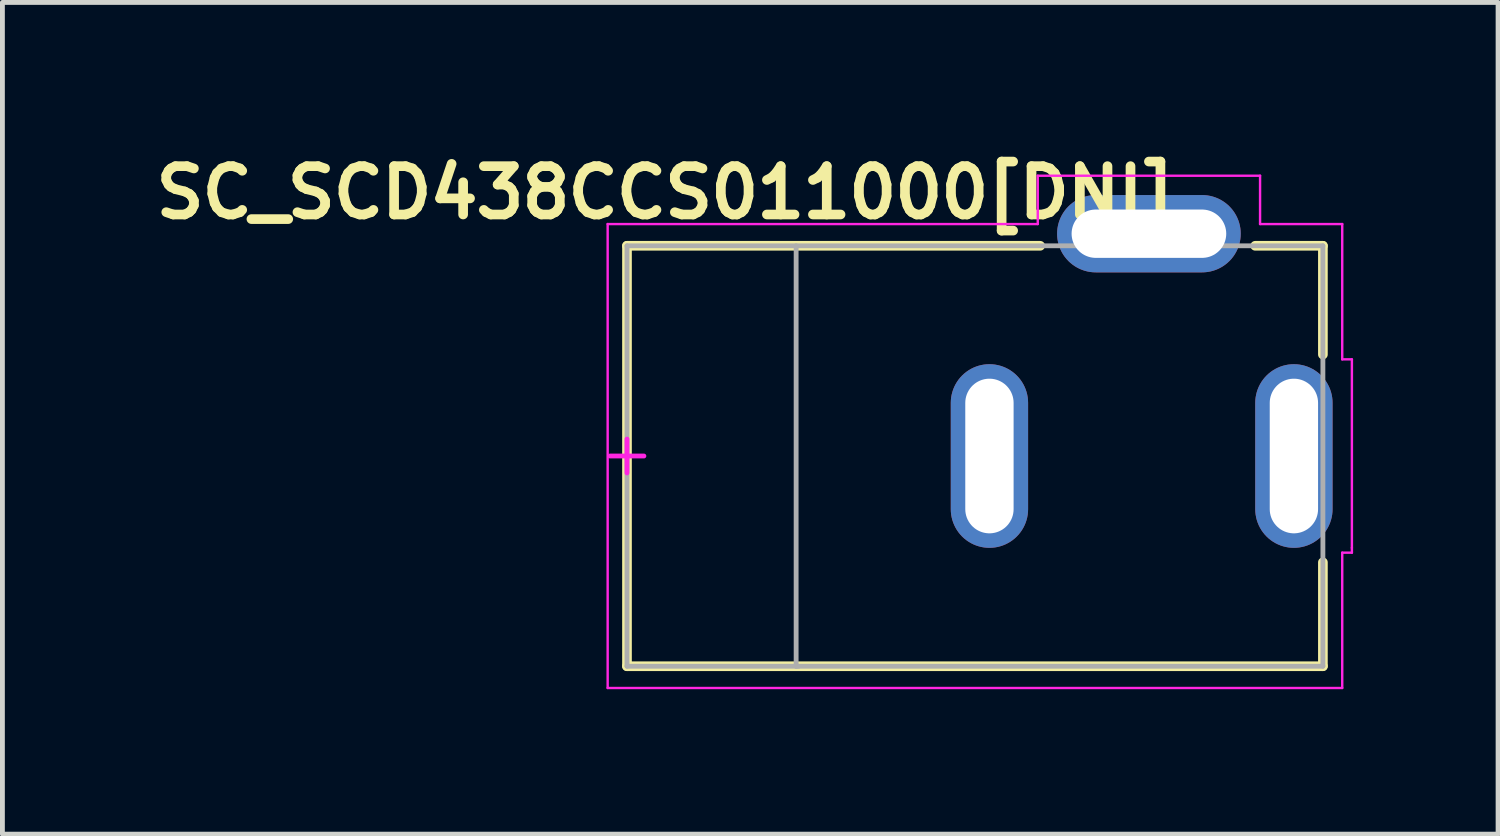
<source format=kicad_pcb>
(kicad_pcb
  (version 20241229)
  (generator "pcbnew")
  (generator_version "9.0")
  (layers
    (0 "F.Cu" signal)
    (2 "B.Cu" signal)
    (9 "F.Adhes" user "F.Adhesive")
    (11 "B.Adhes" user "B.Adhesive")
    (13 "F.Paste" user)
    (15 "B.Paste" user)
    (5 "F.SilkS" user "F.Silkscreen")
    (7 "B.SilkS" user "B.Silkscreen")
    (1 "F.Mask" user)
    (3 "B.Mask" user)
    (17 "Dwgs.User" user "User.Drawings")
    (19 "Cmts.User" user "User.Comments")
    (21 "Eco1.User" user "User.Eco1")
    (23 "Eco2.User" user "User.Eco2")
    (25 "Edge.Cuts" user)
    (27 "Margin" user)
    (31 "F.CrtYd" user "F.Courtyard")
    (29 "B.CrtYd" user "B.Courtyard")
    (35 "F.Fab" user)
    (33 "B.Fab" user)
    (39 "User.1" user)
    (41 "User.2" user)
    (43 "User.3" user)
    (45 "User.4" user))
  (footprint "SC_SCD438CCS011000[DNI]"
    (layer "F.Cu")
    (at 9.924 6.386)
    (property "Reference" "SC_SCD438CCS011000[DNI]" (at 0.8 -5.45 0) (layer "F.SilkS") (effects (font (size 1 1) (thickness 0.2))))
    (attr through_hole)
    (fp_line (start 0 -4.35) (end 8.55 -4.35) (stroke (width 0.2) (type solid)) (layer "F.SilkS"))
    (fp_line (start 0 4.35) (end 0 -4.35) (stroke (width 0.2) (type solid)) (layer "F.SilkS"))
    (fp_line (start 0 4.35) (end 14.4 4.35) (stroke (width 0.2) (type solid)) (layer "F.SilkS"))
    (fp_line (start 14.4 -4.35) (end 13 -4.35) (stroke (width 0.2) (type solid)) (layer "F.SilkS"))
    (fp_line (start 14.4 -4.35) (end 14.4 -2.1) (stroke (width 0.2) (type solid)) (layer "F.SilkS"))
    (fp_line (start 14.4 4.35) (end 14.4 2.2) (stroke (width 0.2) (type solid)) (layer "F.SilkS"))
    (fp_line (start -0.4 -4.8) (end 8.5 -4.8) (stroke (width 0.05) (type solid)) (layer "F.CrtYd"))
    (fp_line (start -0.4 4.8) (end -0.4 -4.8) (stroke (width 0.05) (type solid)) (layer "F.CrtYd"))
    (fp_line (start -0.35 0) (end 0.35 0) (stroke (width 0.1) (type solid)) (layer "F.CrtYd"))
    (fp_line (start 0 -0.35) (end 0 0.35) (stroke (width 0.1) (type solid)) (layer "F.CrtYd"))
    (fp_line (start 8.5 -5.8) (end 13.1 -5.8) (stroke (width 0.05) (type solid)) (layer "F.CrtYd"))
    (fp_line (start 8.5 -4.8) (end 8.5 -5.8) (stroke (width 0.05) (type solid)) (layer "F.CrtYd"))
    (fp_line (start 13.1 -4.8) (end 13.1 -5.8) (stroke (width 0.05) (type solid)) (layer "F.CrtYd"))
    (fp_line (start 13.1 -4.8) (end 14.8 -4.8) (stroke (width 0.05) (type solid)) (layer "F.CrtYd"))
    (fp_line (start 14.8 -4.8) (end 14.8 -2) (stroke (width 0.05) (type solid)) (layer "F.CrtYd"))
    (fp_line (start 14.8 -2) (end 15 -2) (stroke (width 0.05) (type solid)) (layer "F.CrtYd"))
    (fp_line (start 14.8 2) (end 14.8 4.8) (stroke (width 0.05) (type solid)) (layer "F.CrtYd"))
    (fp_line (start 14.8 4.8) (end -0.4 4.8) (stroke (width 0.05) (type solid)) (layer "F.CrtYd"))
    (fp_line (start 15 -2) (end 15 1.9) (stroke (width 0.05) (type solid)) (layer "F.CrtYd"))
    (fp_line (start 15 1.9) (end 15 2) (stroke (width 0.05) (type solid)) (layer "F.CrtYd"))
    (fp_line (start 15 2) (end 14.8 2) (stroke (width 0.05) (type solid)) (layer "F.CrtYd"))
    (fp_line (start 0 -4.35) (end 14.4 -4.35) (stroke (width 0.1) (type solid)) (layer "F.Fab"))
    (fp_line (start 0 4.35) (end 0 -4.35) (stroke (width 0.1) (type solid)) (layer "F.Fab"))
    (fp_line (start 3.5 -4.35) (end 3.5 4.35) (stroke (width 0.1) (type solid)) (layer "F.Fab"))
    (fp_line (start 3.5 4.35) (end 3.55 4.35) (stroke (width 0.1) (type solid)) (layer "F.Fab"))
    (fp_line (start 14.4 -4.35) (end 14.4 4.35) (stroke (width 0.1) (type solid)) (layer "F.Fab"))
    (fp_line (start 14.4 4.35) (end 0 4.35) (stroke (width 0.1) (type solid)) (layer "F.Fab"))
    (pad "1" thru_hole oval (at 13.8 0) (size 1.6 3.8) (drill oval 1 3.2) (layers "*.Cu" "*.Mask"))
    (pad "2" thru_hole oval (at 7.5 0) (size 1.6 3.8) (drill oval 1 3.2) (layers "*.Cu" "*.Mask"))
    (pad "3" thru_hole oval (at 10.8 -4.6 90) (size 1.6 3.8) (drill oval 1 3.2) (layers "*.Cu" "*.Mask")))
  (gr_rect
    (start -3 -3)
    (end 27.949 14.211)
    (stroke (width 0.1) (type default))
    (fill no)
    (layer "Edge.Cuts")))
</source>
